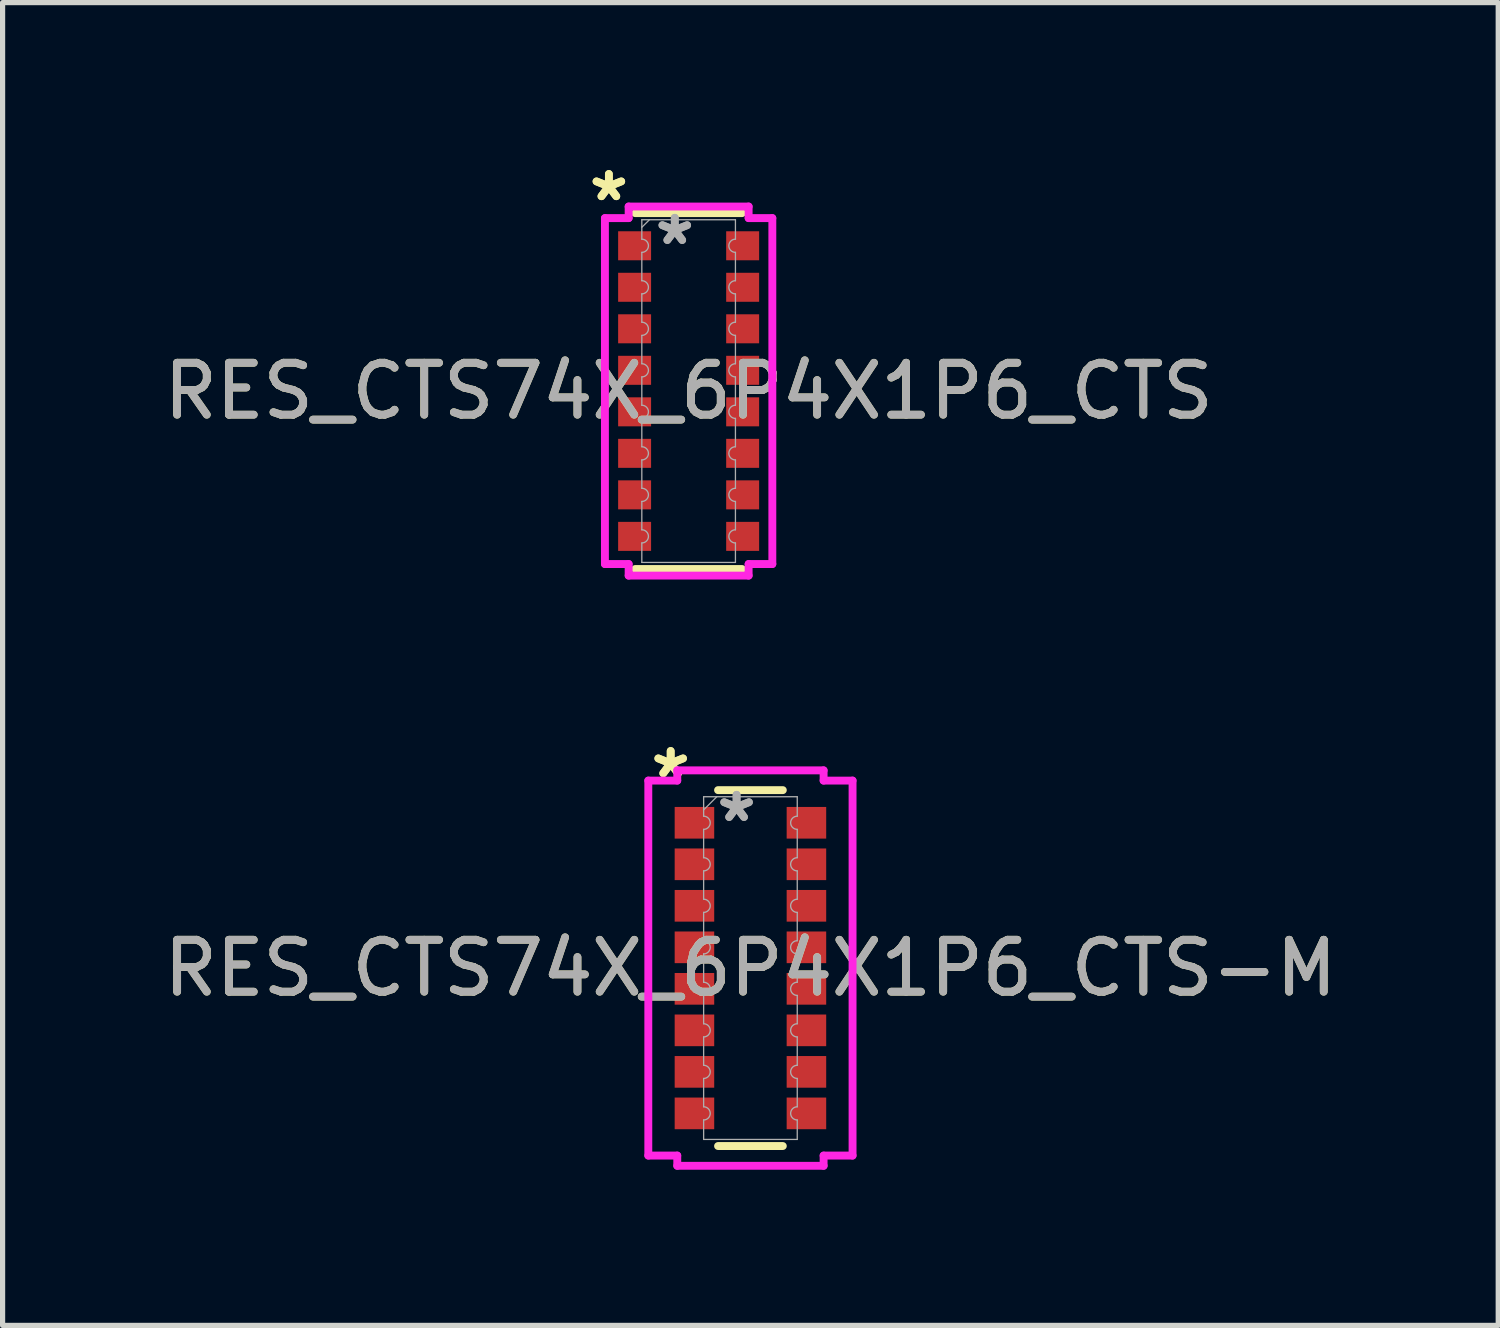
<source format=kicad_pcb>
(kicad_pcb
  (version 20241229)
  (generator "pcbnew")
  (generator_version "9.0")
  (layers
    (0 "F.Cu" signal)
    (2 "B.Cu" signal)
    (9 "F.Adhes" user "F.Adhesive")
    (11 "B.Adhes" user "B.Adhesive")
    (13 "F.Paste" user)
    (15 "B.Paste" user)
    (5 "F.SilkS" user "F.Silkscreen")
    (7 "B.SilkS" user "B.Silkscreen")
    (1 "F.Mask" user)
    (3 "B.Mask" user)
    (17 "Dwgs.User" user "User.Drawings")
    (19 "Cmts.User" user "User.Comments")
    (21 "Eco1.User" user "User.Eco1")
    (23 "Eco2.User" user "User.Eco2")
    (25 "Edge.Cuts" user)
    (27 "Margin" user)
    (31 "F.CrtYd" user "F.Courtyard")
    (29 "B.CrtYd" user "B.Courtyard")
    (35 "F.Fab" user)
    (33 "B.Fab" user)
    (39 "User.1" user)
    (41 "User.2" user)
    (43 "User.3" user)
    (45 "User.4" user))
  (footprint "RES_CTS74X_6P4X1P6_CTS-M"
    (layer "F.Cu")
    (at 11.411 15.605)
    (property "Reference" "RES_CTS74X_6P4X1P6_CTS-M" (at 0 0 0) (unlocked yes) (layer "F.SilkS") (effects (font (size 1 1) (thickness 0.15))))
    (attr smd)
    (fp_line (start -0.624 -3.429) (end 0.624 -3.429) (stroke (width 0.152) (type solid)) (layer "F.SilkS"))
    (fp_line (start -0.624 3.429) (end 0.624 3.429) (stroke (width 0.152) (type solid)) (layer "F.SilkS"))
    (fp_line (start -1.968 -3.613) (end -1.41 -3.613) (stroke (width 0.152) (type solid)) (layer "F.CrtYd"))
    (fp_line (start -1.968 3.613) (end -1.968 -3.613) (stroke (width 0.152) (type solid)) (layer "F.CrtYd"))
    (fp_line (start -1.968 3.613) (end -1.41 3.613) (stroke (width 0.152) (type solid)) (layer "F.CrtYd"))
    (fp_line (start -1.41 -3.81) (end 1.41 -3.81) (stroke (width 0.152) (type solid)) (layer "F.CrtYd"))
    (fp_line (start -1.41 -3.613) (end -1.41 -3.81) (stroke (width 0.152) (type solid)) (layer "F.CrtYd"))
    (fp_line (start -1.41 3.81) (end -1.41 3.613) (stroke (width 0.152) (type solid)) (layer "F.CrtYd"))
    (fp_line (start 1.41 -3.81) (end 1.41 -3.613) (stroke (width 0.152) (type solid)) (layer "F.CrtYd"))
    (fp_line (start 1.41 3.613) (end 1.41 3.81) (stroke (width 0.152) (type solid)) (layer "F.CrtYd"))
    (fp_line (start 1.41 3.81) (end -1.41 3.81) (stroke (width 0.152) (type solid)) (layer "F.CrtYd"))
    (fp_line (start 1.968 -3.613) (end 1.41 -3.613) (stroke (width 0.152) (type solid)) (layer "F.CrtYd"))
    (fp_line (start 1.968 -3.613) (end 1.968 3.613) (stroke (width 0.152) (type solid)) (layer "F.CrtYd"))
    (fp_line (start 1.968 3.613) (end 1.41 3.613) (stroke (width 0.152) (type solid)) (layer "F.CrtYd"))
    (fp_line (start -0.902 -3.302) (end 0.902 -3.302) (stroke (width 0.025) (type solid)) (layer "F.Fab"))
    (fp_line (start -0.902 -2.927) (end -0.902 -3.302) (stroke (width 0.025) (type solid)) (layer "F.Fab"))
    (fp_line (start -0.902 -2.673) (end -0.902 -2.127) (stroke (width 0.025) (type solid)) (layer "F.Fab"))
    (fp_line (start -0.902 -1.873) (end -0.902 -1.327) (stroke (width 0.025) (type solid)) (layer "F.Fab"))
    (fp_line (start -0.902 -1.073) (end -0.902 -0.527) (stroke (width 0.025) (type solid)) (layer "F.Fab"))
    (fp_line (start -0.902 -0.273) (end -0.902 0.273) (stroke (width 0.025) (type solid)) (layer "F.Fab"))
    (fp_line (start -0.902 0.527) (end -0.902 1.073) (stroke (width 0.025) (type solid)) (layer "F.Fab"))
    (fp_line (start -0.902 1.327) (end -0.902 1.873) (stroke (width 0.025) (type solid)) (layer "F.Fab"))
    (fp_line (start -0.902 2.127) (end -0.902 2.673) (stroke (width 0.025) (type solid)) (layer "F.Fab"))
    (fp_line (start -0.902 2.927) (end -0.902 3.302) (stroke (width 0.025) (type solid)) (layer "F.Fab"))
    (fp_line (start -0.902 3.302) (end 0.902 3.302) (stroke (width 0.025) (type solid)) (layer "F.Fab"))
    (fp_line (start -0.648 -3.302) (end -0.902 -3.048) (stroke (width 0.025) (type solid)) (layer "F.Fab"))
    (fp_line (start 0.902 -2.927) (end 0.902 -3.302) (stroke (width 0.025) (type solid)) (layer "F.Fab"))
    (fp_line (start 0.902 -2.673) (end 0.902 -2.127) (stroke (width 0.025) (type solid)) (layer "F.Fab"))
    (fp_line (start 0.902 -1.873) (end 0.902 -1.327) (stroke (width 0.025) (type solid)) (layer "F.Fab"))
    (fp_line (start 0.902 -1.073) (end 0.902 -0.527) (stroke (width 0.025) (type solid)) (layer "F.Fab"))
    (fp_line (start 0.902 -0.273) (end 0.902 0.273) (stroke (width 0.025) (type solid)) (layer "F.Fab"))
    (fp_line (start 0.902 0.527) (end 0.902 1.073) (stroke (width 0.025) (type solid)) (layer "F.Fab"))
    (fp_line (start 0.902 1.327) (end 0.902 1.873) (stroke (width 0.025) (type solid)) (layer "F.Fab"))
    (fp_line (start 0.902 2.127) (end 0.902 2.673) (stroke (width 0.025) (type solid)) (layer "F.Fab"))
    (fp_line (start 0.902 2.927) (end 0.902 3.302) (stroke (width 0.025) (type solid)) (layer "F.Fab"))
    (fp_arc (start -0.9017 -2.926999) (mid -0.7747 -2.799999) (end -0.9017 -2.672999) (stroke (width 0.0254) (type solid)) (layer "F.Fab"))
    (fp_arc (start -0.9017 -2.126999) (mid -0.7747 -1.999999) (end -0.9017 -1.872999) (stroke (width 0.0254) (type solid)) (layer "F.Fab"))
    (fp_arc (start -0.9017 -1.327) (mid -0.7747 -1.2) (end -0.9017 -1.073) (stroke (width 0.0254) (type solid)) (layer "F.Fab"))
    (fp_arc (start -0.9017 -0.526999) (mid -0.7747 -0.399999) (end -0.9017 -0.272999) (stroke (width 0.0254) (type solid)) (layer "F.Fab"))
    (fp_arc (start -0.9017 0.272999) (mid -0.7747 0.399999) (end -0.9017 0.526999) (stroke (width 0.0254) (type solid)) (layer "F.Fab"))
    (fp_arc (start -0.9017 1.073) (mid -0.7747 1.2) (end -0.9017 1.327) (stroke (width 0.0254) (type solid)) (layer "F.Fab"))
    (fp_arc (start -0.9017 1.873001) (mid -0.7747 2.000001) (end -0.9017 2.127001) (stroke (width 0.0254) (type solid)) (layer "F.Fab"))
    (fp_arc (start -0.9017 2.672999) (mid -0.7747 2.799999) (end -0.9017 2.926999) (stroke (width 0.0254) (type solid)) (layer "F.Fab"))
    (fp_arc (start 0.9017 -2.672999) (mid 0.7747 -2.799999) (end 0.9017 -2.926999) (stroke (width 0.0254) (type solid)) (layer "F.Fab"))
    (fp_arc (start 0.9017 -1.872999) (mid 0.7747 -1.999999) (end 0.9017 -2.126999) (stroke (width 0.0254) (type solid)) (layer "F.Fab"))
    (fp_arc (start 0.9017 -1.073) (mid 0.7747 -1.2) (end 0.9017 -1.327) (stroke (width 0.0254) (type solid)) (layer "F.Fab"))
    (fp_arc (start 0.9017 -0.272999) (mid 0.7747 -0.399999) (end 0.9017 -0.526999) (stroke (width 0.0254) (type solid)) (layer "F.Fab"))
    (fp_arc (start 0.9017 0.526999) (mid 0.7747 0.399999) (end 0.9017 0.272999) (stroke (width 0.0254) (type solid)) (layer "F.Fab"))
    (fp_arc (start 0.9017 1.327) (mid 0.7747 1.2) (end 0.9017 1.073) (stroke (width 0.0254) (type solid)) (layer "F.Fab"))
    (fp_arc (start 0.9017 2.127001) (mid 0.7747 2.000001) (end 0.9017 1.873001) (stroke (width 0.0254) (type solid)) (layer "F.Fab"))
    (fp_arc (start 0.9017 2.926999) (mid 0.7747 2.799999) (end 0.9017 2.672999) (stroke (width 0.0254) (type solid)) (layer "F.Fab"))
    (fp_text user "*" (at -1.537 -3.638 0) (layer "F.SilkS") (effects (font (size 1 1) (thickness 0.15))))
    (fp_text user "*" (at -1.537 -3.638 0) (unlocked yes) (layer "F.SilkS") (effects (font (size 1 1) (thickness 0.15))))
    (fp_text user "${REFERENCE}" (at 0 0 0) (unlocked yes) (layer "F.Fab") (effects (font (size 1 1) (thickness 0.15))))
    (fp_text user "*" (at -0.267 -2.794 0) (layer "F.Fab") (effects (font (size 1 1) (thickness 0.15))))
    (fp_text user "*" (at -0.267 -2.794 0) (unlocked yes) (layer "F.Fab") (effects (font (size 1 1) (thickness 0.15))))
    (pad "1" smd rect (at -1.079 -2.8) (size 0.762 0.61) (layers "F.Cu" "F.Mask" "F.Paste"))
    (pad "2" smd rect (at -1.079 -2) (size 0.762 0.61) (layers "F.Cu" "F.Mask" "F.Paste"))
    (pad "3" smd rect (at -1.079 -1.2) (size 0.762 0.61) (layers "F.Cu" "F.Mask" "F.Paste"))
    (pad "4" smd rect (at -1.079 -0.4) (size 0.762 0.61) (layers "F.Cu" "F.Mask" "F.Paste"))
    (pad "5" smd rect (at -1.079 0.4) (size 0.762 0.61) (layers "F.Cu" "F.Mask" "F.Paste"))
    (pad "6" smd rect (at -1.079 1.2) (size 0.762 0.61) (layers "F.Cu" "F.Mask" "F.Paste"))
    (pad "7" smd rect (at -1.079 2) (size 0.762 0.61) (layers "F.Cu" "F.Mask" "F.Paste"))
    (pad "8" smd rect (at -1.079 2.8) (size 0.762 0.61) (layers "F.Cu" "F.Mask" "F.Paste"))
    (pad "9" smd rect (at 1.079 2.8) (size 0.762 0.61) (layers "F.Cu" "F.Mask" "F.Paste"))
    (pad "10" smd rect (at 1.079 2) (size 0.762 0.61) (layers "F.Cu" "F.Mask" "F.Paste"))
    (pad "11" smd rect (at 1.079 1.2) (size 0.762 0.61) (layers "F.Cu" "F.Mask" "F.Paste"))
    (pad "12" smd rect (at 1.079 0.4) (size 0.762 0.61) (layers "F.Cu" "F.Mask" "F.Paste"))
    (pad "13" smd rect (at 1.079 -0.4) (size 0.762 0.61) (layers "F.Cu" "F.Mask" "F.Paste"))
    (pad "14" smd rect (at 1.079 -1.2) (size 0.762 0.61) (layers "F.Cu" "F.Mask" "F.Paste"))
    (pad "15" smd rect (at 1.079 -2) (size 0.762 0.61) (layers "F.Cu" "F.Mask" "F.Paste"))
    (pad "16" smd rect (at 1.079 -2.8) (size 0.762 0.61) (layers "F.Cu" "F.Mask" "F.Paste")))
  (footprint "RES_CTS74X_6P4X1P6_CTS"
    (layer "F.Cu")
    (at 10.22 4.486)
    (property "Reference" "RES_CTS74X_6P4X1P6_CTS" (at 0 0 0) (unlocked yes) (layer "F.SilkS") (effects (font (size 1 1) (thickness 0.15))))
    (attr smd)
    (fp_line (start -1.029 -3.429) (end 1.029 -3.429) (stroke (width 0.152) (type solid)) (layer "F.SilkS"))
    (fp_line (start -1.029 3.429) (end 1.029 3.429) (stroke (width 0.152) (type solid)) (layer "F.SilkS"))
    (fp_line (start -1.613 -3.333) (end -1.156 -3.333) (stroke (width 0.152) (type solid)) (layer "F.CrtYd"))
    (fp_line (start -1.613 3.333) (end -1.613 -3.333) (stroke (width 0.152) (type solid)) (layer "F.CrtYd"))
    (fp_line (start -1.613 3.333) (end -1.156 3.333) (stroke (width 0.152) (type solid)) (layer "F.CrtYd"))
    (fp_line (start -1.156 -3.556) (end 1.156 -3.556) (stroke (width 0.152) (type solid)) (layer "F.CrtYd"))
    (fp_line (start -1.156 -3.333) (end -1.156 -3.556) (stroke (width 0.152) (type solid)) (layer "F.CrtYd"))
    (fp_line (start -1.156 3.556) (end -1.156 3.333) (stroke (width 0.152) (type solid)) (layer "F.CrtYd"))
    (fp_line (start 1.156 -3.556) (end 1.156 -3.333) (stroke (width 0.152) (type solid)) (layer "F.CrtYd"))
    (fp_line (start 1.156 3.333) (end 1.156 3.556) (stroke (width 0.152) (type solid)) (layer "F.CrtYd"))
    (fp_line (start 1.156 3.556) (end -1.156 3.556) (stroke (width 0.152) (type solid)) (layer "F.CrtYd"))
    (fp_line (start 1.613 -3.333) (end 1.156 -3.333) (stroke (width 0.152) (type solid)) (layer "F.CrtYd"))
    (fp_line (start 1.613 -3.333) (end 1.613 3.333) (stroke (width 0.152) (type solid)) (layer "F.CrtYd"))
    (fp_line (start 1.613 3.333) (end 1.156 3.333) (stroke (width 0.152) (type solid)) (layer "F.CrtYd"))
    (fp_line (start -0.902 -3.302) (end 0.902 -3.302) (stroke (width 0.025) (type solid)) (layer "F.Fab"))
    (fp_line (start -0.902 -2.927) (end -0.902 -3.302) (stroke (width 0.025) (type solid)) (layer "F.Fab"))
    (fp_line (start -0.902 -2.673) (end -0.902 -2.127) (stroke (width 0.025) (type solid)) (layer "F.Fab"))
    (fp_line (start -0.902 -1.873) (end -0.902 -1.327) (stroke (width 0.025) (type solid)) (layer "F.Fab"))
    (fp_line (start -0.902 -1.073) (end -0.902 -0.527) (stroke (width 0.025) (type solid)) (layer "F.Fab"))
    (fp_line (start -0.902 -0.273) (end -0.902 0.273) (stroke (width 0.025) (type solid)) (layer "F.Fab"))
    (fp_line (start -0.902 0.527) (end -0.902 1.073) (stroke (width 0.025) (type solid)) (layer "F.Fab"))
    (fp_line (start -0.902 1.327) (end -0.902 1.873) (stroke (width 0.025) (type solid)) (layer "F.Fab"))
    (fp_line (start -0.902 2.127) (end -0.902 2.673) (stroke (width 0.025) (type solid)) (layer "F.Fab"))
    (fp_line (start -0.902 2.927) (end -0.902 3.302) (stroke (width 0.025) (type solid)) (layer "F.Fab"))
    (fp_line (start -0.902 3.302) (end 0.902 3.302) (stroke (width 0.025) (type solid)) (layer "F.Fab"))
    (fp_line (start -0.755 -3.302) (end -0.902 -3.156) (stroke (width 0.025) (type solid)) (layer "F.Fab"))
    (fp_line (start 0.902 -2.927) (end 0.902 -3.302) (stroke (width 0.025) (type solid)) (layer "F.Fab"))
    (fp_line (start 0.902 -2.673) (end 0.902 -2.127) (stroke (width 0.025) (type solid)) (layer "F.Fab"))
    (fp_line (start 0.902 -1.873) (end 0.902 -1.327) (stroke (width 0.025) (type solid)) (layer "F.Fab"))
    (fp_line (start 0.902 -1.073) (end 0.902 -0.527) (stroke (width 0.025) (type solid)) (layer "F.Fab"))
    (fp_line (start 0.902 -0.273) (end 0.902 0.273) (stroke (width 0.025) (type solid)) (layer "F.Fab"))
    (fp_line (start 0.902 0.527) (end 0.902 1.073) (stroke (width 0.025) (type solid)) (layer "F.Fab"))
    (fp_line (start 0.902 1.327) (end 0.902 1.873) (stroke (width 0.025) (type solid)) (layer "F.Fab"))
    (fp_line (start 0.902 2.127) (end 0.902 2.673) (stroke (width 0.025) (type solid)) (layer "F.Fab"))
    (fp_line (start 0.902 2.927) (end 0.902 3.302) (stroke (width 0.025) (type solid)) (layer "F.Fab"))
    (fp_arc (start -0.9017 -2.926999) (mid -0.7747 -2.799999) (end -0.9017 -2.672999) (stroke (width 0.0254) (type solid)) (layer "F.Fab"))
    (fp_arc (start -0.9017 -2.126999) (mid -0.7747 -1.999999) (end -0.9017 -1.872999) (stroke (width 0.0254) (type solid)) (layer "F.Fab"))
    (fp_arc (start -0.9017 -1.327) (mid -0.7747 -1.2) (end -0.9017 -1.073) (stroke (width 0.0254) (type solid)) (layer "F.Fab"))
    (fp_arc (start -0.9017 -0.526999) (mid -0.7747 -0.399999) (end -0.9017 -0.272999) (stroke (width 0.0254) (type solid)) (layer "F.Fab"))
    (fp_arc (start -0.9017 0.272999) (mid -0.7747 0.399999) (end -0.9017 0.526999) (stroke (width 0.0254) (type solid)) (layer "F.Fab"))
    (fp_arc (start -0.9017 1.073) (mid -0.7747 1.2) (end -0.9017 1.327) (stroke (width 0.0254) (type solid)) (layer "F.Fab"))
    (fp_arc (start -0.9017 1.873001) (mid -0.7747 2.000001) (end -0.9017 2.127001) (stroke (width 0.0254) (type solid)) (layer "F.Fab"))
    (fp_arc (start -0.9017 2.672999) (mid -0.7747 2.799999) (end -0.9017 2.926999) (stroke (width 0.0254) (type solid)) (layer "F.Fab"))
    (fp_arc (start 0.9017 -2.672999) (mid 0.7747 -2.799999) (end 0.9017 -2.926999) (stroke (width 0.0254) (type solid)) (layer "F.Fab"))
    (fp_arc (start 0.9017 -1.872999) (mid 0.7747 -1.999999) (end 0.9017 -2.126999) (stroke (width 0.0254) (type solid)) (layer "F.Fab"))
    (fp_arc (start 0.9017 -1.073) (mid 0.7747 -1.2) (end 0.9017 -1.327) (stroke (width 0.0254) (type solid)) (layer "F.Fab"))
    (fp_arc (start 0.9017 -0.272999) (mid 0.7747 -0.399999) (end 0.9017 -0.526999) (stroke (width 0.0254) (type solid)) (layer "F.Fab"))
    (fp_arc (start 0.9017 0.526999) (mid 0.7747 0.399999) (end 0.9017 0.272999) (stroke (width 0.0254) (type solid)) (layer "F.Fab"))
    (fp_arc (start 0.9017 1.327) (mid 0.7747 1.2) (end 0.9017 1.073) (stroke (width 0.0254) (type solid)) (layer "F.Fab"))
    (fp_arc (start 0.9017 2.127001) (mid 0.7747 2.000001) (end 0.9017 1.873001) (stroke (width 0.0254) (type solid)) (layer "F.Fab"))
    (fp_arc (start 0.9017 2.926999) (mid 0.7747 2.799999) (end 0.9017 2.672999) (stroke (width 0.0254) (type solid)) (layer "F.Fab"))
    (fp_text user "*" (at -1.537 -3.638 0) (unlocked yes) (layer "F.SilkS") (effects (font (size 1 1) (thickness 0.15))))
    (fp_text user "*" (at -1.537 -3.638 0) (layer "F.SilkS") (effects (font (size 1 1) (thickness 0.15))))
    (fp_text user "*" (at -0.267 -2.794 0) (layer "F.Fab") (effects (font (size 1 1) (thickness 0.15))))
    (fp_text user "*" (at -0.267 -2.794 0) (unlocked yes) (layer "F.Fab") (effects (font (size 1 1) (thickness 0.15))))
    (fp_text user "${REFERENCE}" (at 0 0 0) (unlocked yes) (layer "F.Fab") (effects (font (size 1 1) (thickness 0.15))))
    (pad "1" smd rect (at -1.041 -2.8) (size 0.635 0.559) (layers "F.Cu" "F.Mask" "F.Paste"))
    (pad "2" smd rect (at -1.041 -2) (size 0.635 0.559) (layers "F.Cu" "F.Mask" "F.Paste"))
    (pad "3" smd rect (at -1.041 -1.2) (size 0.635 0.559) (layers "F.Cu" "F.Mask" "F.Paste"))
    (pad "4" smd rect (at -1.041 -0.4) (size 0.635 0.559) (layers "F.Cu" "F.Mask" "F.Paste"))
    (pad "5" smd rect (at -1.041 0.4) (size 0.635 0.559) (layers "F.Cu" "F.Mask" "F.Paste"))
    (pad "6" smd rect (at -1.041 1.2) (size 0.635 0.559) (layers "F.Cu" "F.Mask" "F.Paste"))
    (pad "7" smd rect (at -1.041 2) (size 0.635 0.559) (layers "F.Cu" "F.Mask" "F.Paste"))
    (pad "8" smd rect (at -1.041 2.8) (size 0.635 0.559) (layers "F.Cu" "F.Mask" "F.Paste"))
    (pad "9" smd rect (at 1.041 2.8) (size 0.635 0.559) (layers "F.Cu" "F.Mask" "F.Paste"))
    (pad "10" smd rect (at 1.041 2) (size 0.635 0.559) (layers "F.Cu" "F.Mask" "F.Paste"))
    (pad "11" smd rect (at 1.041 1.2) (size 0.635 0.559) (layers "F.Cu" "F.Mask" "F.Paste"))
    (pad "12" smd rect (at 1.041 0.4) (size 0.635 0.559) (layers "F.Cu" "F.Mask" "F.Paste"))
    (pad "13" smd rect (at 1.041 -0.4) (size 0.635 0.559) (layers "F.Cu" "F.Mask" "F.Paste"))
    (pad "14" smd rect (at 1.041 -1.2) (size 0.635 0.559) (layers "F.Cu" "F.Mask" "F.Paste"))
    (pad "15" smd rect (at 1.041 -2) (size 0.635 0.559) (layers "F.Cu" "F.Mask" "F.Paste"))
    (pad "16" smd rect (at 1.041 -2.8) (size 0.635 0.559) (layers "F.Cu" "F.Mask" "F.Paste")))
  (gr_rect
    (start -3 -3)
    (end 25.821 22.491)
    (stroke (width 0.1) (type default))
    (fill no)
    (layer "Edge.Cuts")))
</source>
